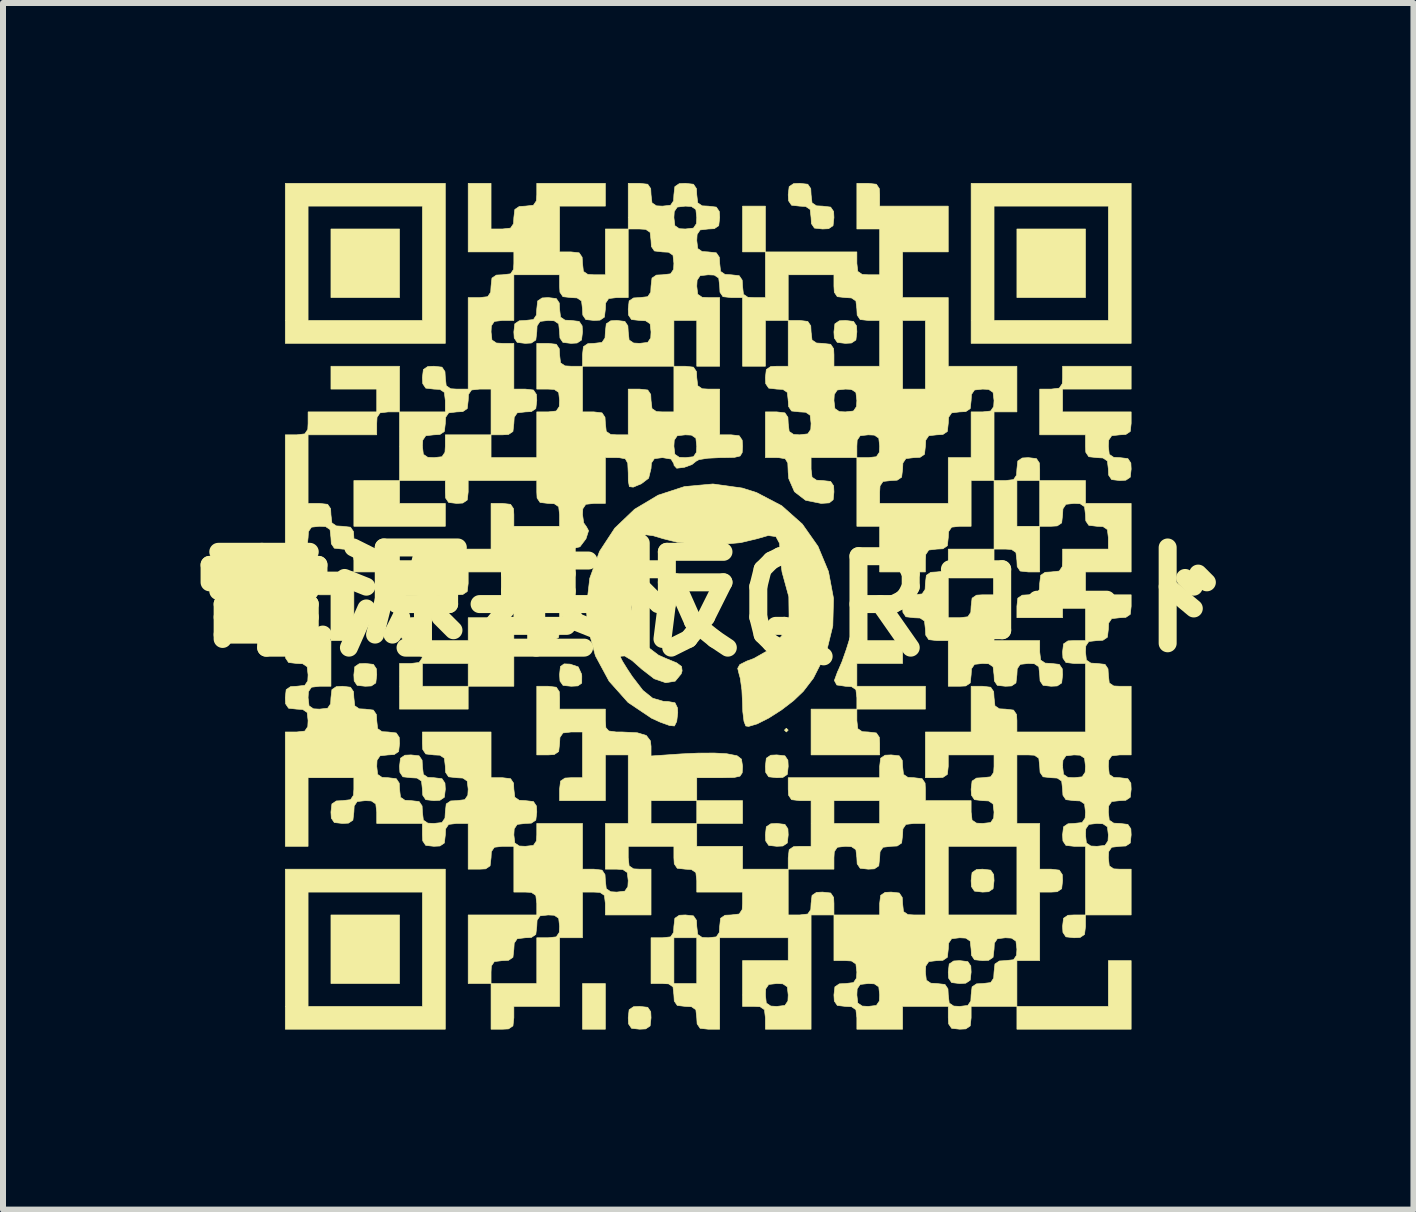
<source format=kicad_pcb>
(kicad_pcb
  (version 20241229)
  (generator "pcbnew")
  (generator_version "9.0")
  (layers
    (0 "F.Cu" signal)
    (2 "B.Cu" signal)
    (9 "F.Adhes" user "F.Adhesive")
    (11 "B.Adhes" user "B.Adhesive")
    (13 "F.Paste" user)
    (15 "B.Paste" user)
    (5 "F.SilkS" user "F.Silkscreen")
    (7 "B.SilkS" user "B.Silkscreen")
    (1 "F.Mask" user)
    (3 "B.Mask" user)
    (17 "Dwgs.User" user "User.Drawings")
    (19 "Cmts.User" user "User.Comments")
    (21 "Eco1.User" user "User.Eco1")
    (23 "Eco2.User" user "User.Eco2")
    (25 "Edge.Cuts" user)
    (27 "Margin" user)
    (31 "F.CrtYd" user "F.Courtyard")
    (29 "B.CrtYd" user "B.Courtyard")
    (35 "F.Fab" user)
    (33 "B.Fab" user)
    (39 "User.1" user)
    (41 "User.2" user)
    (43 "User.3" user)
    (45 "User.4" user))
  (footprint "電源基板QRコード"
    (layer "F.Cu")
    (at 8.752 7.053)
    (property "Reference" "電源基板QRコード" (at 0 0 0) (layer "F.SilkS") (effects (font (size 1.524 1.524) (thickness 0.3))))
    (attr through_hole)
    (fp_poly (pts (xy -5.144 -5.144) (xy -6.287 -5.144) (xy -6.287 -6.287) (xy -5.144 -6.287) (xy -5.144 -5.144)) (stroke (width 0.01) (type solid)) (fill yes) (layer "F.SilkS"))
    (fp_poly (pts (xy -5.144 6.287) (xy -6.287 6.287) (xy -6.287 5.144) (xy -5.144 5.144) (xy -5.144 6.287)) (stroke (width 0.01) (type solid)) (fill yes) (layer "F.SilkS"))
    (fp_poly (pts (xy -1.714 7.048) (xy -2.095 7.048) (xy -2.095 6.287) (xy -1.714 6.287) (xy -1.714 7.048)) (stroke (width 0.01) (type solid)) (fill yes) (layer "F.SilkS"))
    (fp_poly (pts (xy 0.572 3.619) (xy -0.191 3.619) (xy -0.191 3.239) (xy 0.572 3.239) (xy 0.572 3.619)) (stroke (width 0.01) (type solid)) (fill yes) (layer "F.SilkS"))
    (fp_poly (pts (xy 0.953 -5.905) (xy 0.572 -5.905) (xy 0.572 -6.668) (xy 0.953 -6.668) (xy 0.953 -5.905)) (stroke (width 0.01) (type solid)) (fill yes) (layer "F.SilkS"))
    (fp_poly (pts (xy 1.333 2.064) (xy 1.302 2.095) (xy 1.27 2.064) (xy 1.302 2.032) (xy 1.333 2.064)) (stroke (width 0.01) (type solid)) (fill yes) (layer "F.SilkS"))
    (fp_poly (pts (xy 6.287 -5.144) (xy 5.144 -5.144) (xy 5.144 -6.287) (xy 6.287 -6.287) (xy 6.287 -5.144)) (stroke (width 0.01) (type solid)) (fill yes) (layer "F.SilkS"))
    (fp_poly (pts (xy -5.144 -1.714) (xy -4.381 -1.714) (xy -4.381 -1.333) (xy -5.905 -1.333) (xy -5.905 -2.095) (xy -5.144 -2.095) (xy -5.144 -1.714)) (stroke (width 0.01) (type solid)) (fill yes) (layer "F.SilkS"))
    (fp_poly (pts (xy 7.048 7.048) (xy 5.144 7.048) (xy 5.144 6.668) (xy 6.668 6.668) (xy 6.668 5.905) (xy 7.048 5.905) (xy 7.048 7.048)) (stroke (width 0.01) (type solid)) (fill yes) (layer "F.SilkS"))
    (fp_poly (pts (xy -5.905 0.572) (xy -6.287 0.572) (xy -6.287 -0.191) (xy -6.477 -0.191) (xy -6.612 -0.206) (xy -6.662 -0.28) (xy -6.668 -0.381) (xy -6.668 -0.572) (xy -5.905 -0.572) (xy -5.905 0.572)) (stroke (width 0.01) (type solid)) (fill yes) (layer "F.SilkS"))
    (fp_poly (pts (xy -4.381 -4.381) (xy -7.048 -4.381) (xy -7.048 -6.668) (xy -6.668 -6.668) (xy -6.668 -4.763) (xy -4.763 -4.763) (xy -4.763 -6.668) (xy -6.668 -6.668) (xy -7.048 -6.668) (xy -7.048 -7.048) (xy -4.381 -7.048) (xy -4.381 -4.381)) (stroke (width 0.01) (type solid)) (fill yes) (layer "F.SilkS"))
    (fp_poly (pts (xy -4.381 7.048) (xy -7.048 7.048) (xy -7.048 4.763) (xy -6.668 4.763) (xy -6.668 6.668) (xy -4.763 6.668) (xy -4.763 4.763) (xy -6.668 4.763) (xy -7.048 4.763) (xy -7.048 4.381) (xy -4.381 4.381) (xy -4.381 7.048)) (stroke (width 0.01) (type solid)) (fill yes) (layer "F.SilkS"))
    (fp_poly (pts (xy -2.913 -0.175) (xy -2.863 -0.101) (xy -2.857 0) (xy -2.873 0.135) (xy -2.947 0.185) (xy -3.048 0.191) (xy -3.239 0.191) (xy -3.239 0) (xy -3.223 -0.135) (xy -3.149 -0.185) (xy -3.048 -0.191) (xy -2.913 -0.175)) (stroke (width 0.01) (type solid)) (fill yes) (layer "F.SilkS"))
    (fp_poly (pts (xy 2.477 1.905) (xy 2.492 2.04) (xy 2.566 2.09) (xy 2.667 2.095) (xy 2.802 2.111) (xy 2.852 2.185) (xy 2.857 2.286) (xy 2.857 2.477) (xy 1.714 2.477) (xy 1.714 1.714) (xy 2.477 1.714) (xy 2.477 1.905)) (stroke (width 0.01) (type solid)) (fill yes) (layer "F.SilkS"))
    (fp_poly (pts (xy 6.287 5.334) (xy 6.271 5.469) (xy 6.197 5.519) (xy 6.096 5.524) (xy 5.961 5.509) (xy 5.911 5.435) (xy 5.905 5.334) (xy 5.921 5.199) (xy 5.995 5.149) (xy 6.096 5.144) (xy 6.287 5.144) (xy 6.287 5.334)) (stroke (width 0.01) (type solid)) (fill yes) (layer "F.SilkS"))
    (fp_poly (pts (xy 7.048 -4.381) (xy 4.381 -4.381) (xy 4.381 -6.668) (xy 4.763 -6.668) (xy 4.763 -4.763) (xy 6.668 -4.763) (xy 6.668 -6.668) (xy 4.763 -6.668) (xy 4.381 -6.668) (xy 4.381 -7.048) (xy 7.048 -7.048) (xy 7.048 -4.381)) (stroke (width 0.01) (type solid)) (fill yes) (layer "F.SilkS"))
    (fp_poly (pts (xy -5.58 0.968) (xy -5.53 1.042) (xy -5.524 1.143) (xy -5.54 1.278) (xy -5.614 1.328) (xy -5.715 1.333) (xy -5.85 1.318) (xy -5.9 1.244) (xy -5.905 1.143) (xy -5.89 1.008) (xy -5.816 0.958) (xy -5.715 0.953) (xy -5.58 0.968)) (stroke (width 0.01) (type solid)) (fill yes) (layer "F.SilkS"))
    (fp_poly (pts (xy -2.302 0.964) (xy -2.166 1.01) (xy -2.111 1.13) (xy -2.107 1.159) (xy -2.108 1.281) (xy -2.173 1.327) (xy -2.282 1.333) (xy -2.419 1.319) (xy -2.47 1.247) (xy -2.477 1.139) (xy -2.463 1.004) (xy -2.401 0.96) (xy -2.302 0.964)) (stroke (width 0.01) (type solid)) (fill yes) (layer "F.SilkS"))
    (fp_poly (pts (xy -1.008 6.683) (xy -0.958 6.757) (xy -0.953 6.858) (xy -0.968 6.993) (xy -1.042 7.043) (xy -1.143 7.048) (xy -1.278 7.033) (xy -1.328 6.959) (xy -1.333 6.858) (xy -1.318 6.723) (xy -1.244 6.673) (xy -1.143 6.668) (xy -1.008 6.683)) (stroke (width 0.01) (type solid)) (fill yes) (layer "F.SilkS"))
    (fp_poly (pts (xy 1.278 2.492) (xy 1.328 2.566) (xy 1.333 2.667) (xy 1.318 2.802) (xy 1.244 2.852) (xy 1.143 2.857) (xy 1.008 2.842) (xy 0.958 2.768) (xy 0.953 2.667) (xy 0.968 2.532) (xy 1.042 2.482) (xy 1.143 2.477) (xy 1.278 2.492)) (stroke (width 0.01) (type solid)) (fill yes) (layer "F.SilkS"))
    (fp_poly (pts (xy 1.278 3.635) (xy 1.328 3.709) (xy 1.333 3.81) (xy 1.318 3.945) (xy 1.244 3.995) (xy 1.143 4) (xy 1.008 3.985) (xy 0.958 3.911) (xy 0.953 3.81) (xy 0.968 3.675) (xy 1.042 3.625) (xy 1.143 3.619) (xy 1.278 3.635)) (stroke (width 0.01) (type solid)) (fill yes) (layer "F.SilkS"))
    (fp_poly (pts (xy 2.421 -4.747) (xy 2.471 -4.673) (xy 2.477 -4.572) (xy 2.461 -4.437) (xy 2.387 -4.387) (xy 2.286 -4.381) (xy 2.151 -4.397) (xy 2.101 -4.471) (xy 2.095 -4.572) (xy 2.111 -4.707) (xy 2.185 -4.757) (xy 2.286 -4.763) (xy 2.421 -4.747)) (stroke (width 0.01) (type solid)) (fill yes) (layer "F.SilkS"))
    (fp_poly (pts (xy 4.326 5.921) (xy 4.376 5.995) (xy 4.381 6.096) (xy 4.366 6.231) (xy 4.292 6.281) (xy 4.191 6.287) (xy 4.056 6.271) (xy 4.006 6.197) (xy 4 6.096) (xy 4.016 5.961) (xy 4.09 5.911) (xy 4.191 5.905) (xy 4.326 5.921)) (stroke (width 0.01) (type solid)) (fill yes) (layer "F.SilkS"))
    (fp_poly (pts (xy 4.707 4.397) (xy 4.757 4.471) (xy 4.763 4.572) (xy 4.747 4.707) (xy 4.673 4.757) (xy 4.572 4.763) (xy 4.437 4.747) (xy 4.387 4.673) (xy 4.381 4.572) (xy 4.397 4.437) (xy 4.471 4.387) (xy 4.572 4.381) (xy 4.707 4.397)) (stroke (width 0.01) (type solid)) (fill yes) (layer "F.SilkS"))
    (fp_poly (pts (xy 2.467 0.287) (xy 2.472 0.365) (xy 2.477 0.572) (xy 3.239 0.572) (xy 3.239 0.953) (xy 2.477 0.953) (xy 2.477 1.333) (xy 3.619 1.333) (xy 3.619 1.714) (xy 2.477 1.714) (xy 2.477 1.524) (xy 2.461 1.389) (xy 2.387 1.339) (xy 2.286 1.333) (xy 2.143 1.312) (xy 2.102 1.237) (xy 2.156 1.089) (xy 2.171 1.059) (xy 2.229 0.924) (xy 2.302 0.717) (xy 2.357 0.54) (xy 2.416 0.346) (xy 2.451 0.265) (xy 2.467 0.287)) (stroke (width 0.01) (type solid)) (fill yes) (layer "F.SilkS"))
    (fp_poly (pts (xy -4.818 2.492) (xy -4.768 2.566) (xy -4.763 2.667) (xy -4.747 2.802) (xy -4.673 2.852) (xy -4.572 2.857) (xy -4.437 2.873) (xy -4.387 2.947) (xy -4.381 3.048) (xy -4.397 3.183) (xy -4.471 3.233) (xy -4.572 3.239) (xy -4.707 3.223) (xy -4.757 3.149) (xy -4.763 3.048) (xy -4.778 2.913) (xy -4.852 2.863) (xy -4.953 2.857) (xy -5.088 2.842) (xy -5.138 2.768) (xy -5.144 2.667) (xy -5.128 2.532) (xy -5.054 2.482) (xy -4.953 2.477) (xy -4.818 2.492)) (stroke (width 0.01) (type solid)) (fill yes) (layer "F.SilkS"))
    (fp_poly (pts (xy 1.659 -7.033) (xy 1.709 -6.959) (xy 1.714 -6.858) (xy 1.73 -6.723) (xy 1.804 -6.673) (xy 1.905 -6.668) (xy 2.04 -6.652) (xy 2.09 -6.578) (xy 2.095 -6.477) (xy 2.08 -6.342) (xy 2.006 -6.292) (xy 1.905 -6.287) (xy 1.77 -6.302) (xy 1.72 -6.376) (xy 1.714 -6.477) (xy 1.699 -6.612) (xy 1.625 -6.662) (xy 1.524 -6.668) (xy 1.389 -6.683) (xy 1.339 -6.757) (xy 1.333 -6.858) (xy 1.349 -6.993) (xy 1.423 -7.043) (xy 1.524 -7.048) (xy 1.659 -7.033)) (stroke (width 0.01) (type solid)) (fill yes) (layer "F.SilkS"))
    (fp_poly (pts (xy -2.532 -5.128) (xy -2.482 -5.054) (xy -2.477 -4.953) (xy -2.461 -4.818) (xy -2.387 -4.768) (xy -2.286 -4.763) (xy -2.151 -4.747) (xy -2.101 -4.673) (xy -2.095 -4.572) (xy -2.111 -4.437) (xy -2.185 -4.387) (xy -2.286 -4.381) (xy -2.421 -4.397) (xy -2.471 -4.471) (xy -2.477 -4.572) (xy -2.492 -4.707) (xy -2.566 -4.757) (xy -2.667 -4.763) (xy -2.802 -4.747) (xy -2.852 -4.673) (xy -2.857 -4.572) (xy -2.873 -4.437) (xy -2.947 -4.387) (xy -3.048 -4.381) (xy -3.183 -4.397) (xy -3.233 -4.471) (xy -3.239 -4.572) (xy -3.223 -4.707) (xy -3.149 -4.757) (xy -3.048 -4.763) (xy -2.913 -4.778) (xy -2.863 -4.852) (xy -2.857 -4.953) (xy -2.842 -5.088) (xy -2.768 -5.138) (xy -2.667 -5.144) (xy -2.532 -5.128)) (stroke (width 0.01) (type solid)) (fill yes) (layer "F.SilkS"))
    (fp_poly (pts (xy 7.048 -3.619) (xy 5.905 -3.619) (xy 5.905 -3.239) (xy 7.048 -3.239) (xy 7.048 -3.048) (xy 7.033 -2.913) (xy 6.959 -2.863) (xy 6.858 -2.857) (xy 6.723 -2.842) (xy 6.673 -2.768) (xy 6.668 -2.667) (xy 6.683 -2.532) (xy 6.757 -2.482) (xy 6.858 -2.477) (xy 6.993 -2.461) (xy 7.043 -2.387) (xy 7.048 -2.286) (xy 7.033 -2.151) (xy 6.959 -2.101) (xy 6.858 -2.095) (xy 6.723 -2.111) (xy 6.673 -2.185) (xy 6.668 -2.286) (xy 6.652 -2.421) (xy 6.578 -2.471) (xy 6.477 -2.477) (xy 6.342 -2.492) (xy 6.292 -2.566) (xy 6.287 -2.667) (xy 6.287 -2.857) (xy 5.524 -2.857) (xy 5.524 -3.619) (xy 5.715 -3.619) (xy 5.85 -3.635) (xy 5.9 -3.709) (xy 5.905 -3.81) (xy 5.905 -4) (xy 7.048 -4) (xy 7.048 -3.619)) (stroke (width 0.01) (type solid)) (fill yes) (layer "F.SilkS"))
    (fp_poly (pts (xy -5.144 -3.239) (xy -5.334 -3.239) (xy -5.469 -3.223) (xy -5.519 -3.149) (xy -5.524 -3.048) (xy -5.524 -2.857) (xy -6.668 -2.857) (xy -6.668 -1.714) (xy -6.477 -1.714) (xy -6.342 -1.699) (xy -6.292 -1.625) (xy -6.287 -1.524) (xy -6.271 -1.389) (xy -6.197 -1.339) (xy -6.096 -1.333) (xy -5.961 -1.318) (xy -5.911 -1.244) (xy -5.905 -1.143) (xy -5.905 -0.953) (xy -5.144 -0.953) (xy -5.144 -0.572) (xy -5.905 -0.572) (xy -5.905 -0.762) (xy -5.921 -0.897) (xy -5.995 -0.947) (xy -6.096 -0.953) (xy -6.231 -0.968) (xy -6.281 -1.042) (xy -6.287 -1.143) (xy -6.302 -1.278) (xy -6.376 -1.328) (xy -6.477 -1.333) (xy -6.612 -1.318) (xy -6.662 -1.244) (xy -6.668 -1.143) (xy -6.683 -1.008) (xy -6.757 -0.958) (xy -6.858 -0.953) (xy -7.048 -0.953) (xy -7.048 -2.857) (xy -6.858 -2.857) (xy -6.723 -2.873) (xy -6.673 -2.947) (xy -6.668 -3.048) (xy -6.668 -3.239) (xy -5.524 -3.239) (xy -5.524 -3.619) (xy -6.287 -3.619) (xy -6.287 -4) (xy -5.144 -4) (xy -5.144 -3.239)) (stroke (width 0.01) (type solid)) (fill yes) (layer "F.SilkS"))
    (fp_poly (pts (xy -4.818 -0.556) (xy -4.768 -0.482) (xy -4.763 -0.381) (xy -4.747 -0.246) (xy -4.673 -0.196) (xy -4.572 -0.191) (xy -4.437 -0.175) (xy -4.387 -0.101) (xy -4.381 0) (xy -4.397 0.135) (xy -4.471 0.185) (xy -4.572 0.191) (xy -4.707 0.206) (xy -4.757 0.28) (xy -4.763 0.381) (xy -4.763 0.572) (xy -4 0.572) (xy -4 0.191) (xy -3.239 0.191) (xy -3.239 1.333) (xy -4 1.333) (xy -4 1.714) (xy -5.144 1.714) (xy -5.144 0.953) (xy -4.953 0.953) (xy -4.763 0.953) (xy -4.763 1.333) (xy -4 1.333) (xy -4 0.953) (xy -4.763 0.953) (xy -4.953 0.953) (xy -4.818 0.937) (xy -4.768 0.863) (xy -4.763 0.762) (xy -4.778 0.627) (xy -4.852 0.577) (xy -4.953 0.572) (xy -5.088 0.556) (xy -5.138 0.482) (xy -5.144 0.381) (xy -5.128 0.246) (xy -5.054 0.196) (xy -4.953 0.191) (xy -4.818 0.175) (xy -4.768 0.101) (xy -4.763 0) (xy -4.778 -0.135) (xy -4.852 -0.185) (xy -4.953 -0.191) (xy -5.088 -0.206) (xy -5.138 -0.28) (xy -5.144 -0.381) (xy -5.128 -0.516) (xy -5.054 -0.566) (xy -4.953 -0.572) (xy -4.818 -0.556)) (stroke (width 0.01) (type solid)) (fill yes) (layer "F.SilkS"))
    (fp_poly (pts (xy 6.287 -2.095) (xy 6.287 -1.714) (xy 7.048 -1.714) (xy 7.048 -0.572) (xy 6.287 -0.572) (xy 6.287 -0.191) (xy 6.096 -0.191) (xy 5.961 -0.175) (xy 5.911 -0.101) (xy 5.905 0) (xy 5.905 0.191) (xy 5.144 0.191) (xy 5.144 0) (xy 5.159 -0.135) (xy 5.233 -0.185) (xy 5.334 -0.191) (xy 5.469 -0.206) (xy 5.519 -0.28) (xy 5.524 -0.381) (xy 5.54 -0.516) (xy 5.614 -0.566) (xy 5.715 -0.572) (xy 5.85 -0.587) (xy 5.9 -0.661) (xy 5.905 -0.762) (xy 5.905 -0.953) (xy 6.668 -0.953) (xy 6.668 -1.143) (xy 6.652 -1.278) (xy 6.578 -1.328) (xy 6.477 -1.333) (xy 6.342 -1.349) (xy 6.292 -1.423) (xy 6.287 -1.524) (xy 6.271 -1.659) (xy 6.197 -1.709) (xy 6.096 -1.714) (xy 5.961 -1.699) (xy 5.911 -1.625) (xy 5.905 -1.524) (xy 5.89 -1.389) (xy 5.816 -1.339) (xy 5.715 -1.333) (xy 5.524 -1.333) (xy 5.524 -0.572) (xy 5.334 -0.572) (xy 5.199 -0.587) (xy 5.149 -0.661) (xy 5.144 -0.762) (xy 5.128 -0.897) (xy 5.054 -0.947) (xy 4.953 -0.953) (xy 4.763 -0.953) (xy 4.763 -2.095) (xy 4.953 -2.095) (xy 5.144 -2.095) (xy 5.144 -1.333) (xy 5.524 -1.333) (xy 5.524 -2.095) (xy 5.144 -2.095) (xy 4.953 -2.095) (xy 5.088 -2.111) (xy 5.138 -2.185) (xy 5.144 -2.286) (xy 5.159 -2.421) (xy 5.233 -2.471) (xy 5.334 -2.477) (xy 5.469 -2.461) (xy 5.519 -2.387) (xy 5.524 -2.286) (xy 5.524 -2.095) (xy 6.287 -2.095)) (stroke (width 0.01) (type solid)) (fill yes) (layer "F.SilkS"))
    (fp_poly (pts (xy 4.763 -0.572) (xy 4 -0.572) (xy 4 0.191) (xy 4.191 0.191) (xy 4.326 0.175) (xy 4.376 0.101) (xy 4.381 0) (xy 4.397 -0.135) (xy 4.471 -0.185) (xy 4.572 -0.191) (xy 4.763 -0.191) (xy 4.763 0.572) (xy 5.524 0.572) (xy 5.524 0.762) (xy 5.54 0.897) (xy 5.614 0.947) (xy 5.715 0.953) (xy 5.85 0.968) (xy 5.9 1.042) (xy 5.905 1.143) (xy 5.89 1.278) (xy 5.816 1.328) (xy 5.715 1.333) (xy 5.58 1.318) (xy 5.53 1.244) (xy 5.524 1.143) (xy 5.509 1.008) (xy 5.435 0.958) (xy 5.334 0.953) (xy 5.199 0.968) (xy 5.149 1.042) (xy 5.144 1.143) (xy 5.128 1.278) (xy 5.054 1.328) (xy 4.953 1.333) (xy 4.818 1.318) (xy 4.768 1.244) (xy 4.763 1.143) (xy 4.747 1.008) (xy 4.673 0.958) (xy 4.572 0.953) (xy 4.437 0.968) (xy 4.387 1.042) (xy 4.381 1.143) (xy 4.366 1.278) (xy 4.292 1.328) (xy 4.191 1.333) (xy 4 1.333) (xy 4 0.572) (xy 3.81 0.572) (xy 3.675 0.556) (xy 3.625 0.482) (xy 3.619 0.381) (xy 3.604 0.246) (xy 3.53 0.196) (xy 3.429 0.191) (xy 3.294 0.175) (xy 3.244 0.101) (xy 3.239 0) (xy 3.254 -0.135) (xy 3.328 -0.185) (xy 3.429 -0.191) (xy 3.564 -0.206) (xy 3.614 -0.28) (xy 3.619 -0.381) (xy 3.635 -0.516) (xy 3.709 -0.566) (xy 3.81 -0.572) (xy 3.945 -0.587) (xy 3.995 -0.661) (xy 4 -0.762) (xy 4 -0.953) (xy 4.763 -0.953) (xy 4.763 -0.572)) (stroke (width 0.01) (type solid)) (fill yes) (layer "F.SilkS"))
    (fp_poly (pts (xy 0.568 -1.97) (xy 0.805 -1.895) (xy 1.225 -1.675) (xy 1.568 -1.37) (xy 1.829 -0.999) (xy 2.004 -0.579) (xy 2.088 -0.131) (xy 2.076 0.327) (xy 1.966 0.777) (xy 1.752 1.199) (xy 1.585 1.417) (xy 1.422 1.573) (xy 1.22 1.728) (xy 1.008 1.863) (xy 0.816 1.96) (xy 0.674 2.002) (xy 0.626 1.995) (xy 0.596 1.917) (xy 0.576 1.755) (xy 0.572 1.62) (xy 0.561 1.395) (xy 0.534 1.2) (xy 0.514 1.128) (xy 0.491 1.035) (xy 0.526 0.972) (xy 0.644 0.913) (xy 0.761 0.87) (xy 1.046 0.708) (xy 1.244 0.467) (xy 1.347 0.17) (xy 1.343 -0.159) (xy 1.291 -0.349) (xy 1.23 -0.571) (xy 1.202 -0.791) (xy 1.201 -0.826) (xy 1.189 -1.048) (xy 1.128 -1.161) (xy 1 -1.179) (xy 0.815 -1.126) (xy 0.539 -1.06) (xy 0.192 -1.029) (xy -0.177 -1.031) (xy -0.517 -1.067) (xy -0.748 -1.125) (xy -0.918 -1.176) (xy -1.036 -1.191) (xy -1.06 -1.183) (xy -1.089 -1.1) (xy -1.112 -0.938) (xy -1.117 -0.862) (xy -1.145 -0.652) (xy -1.193 -0.475) (xy -1.21 -0.439) (xy -1.254 -0.29) (xy -1.278 -0.08) (xy -1.279 0.018) (xy -1.225 0.364) (xy -1.076 0.627) (xy -0.828 0.815) (xy -0.704 0.87) (xy -0.526 0.943) (xy -0.444 1.004) (xy -0.435 1.077) (xy -0.451 1.127) (xy -0.55 1.248) (xy -0.708 1.274) (xy -0.9 1.208) (xy -1.103 1.051) (xy -1.107 1.048) (xy -1.269 0.904) (xy -1.392 0.828) (xy -1.456 0.832) (xy -1.46 0.854) (xy -1.428 0.918) (xy -1.344 1.053) (xy -1.265 1.172) (xy -1.089 1.401) (xy -0.926 1.532) (xy -0.747 1.584) (xy -0.671 1.587) (xy -0.554 1.608) (xy -0.512 1.694) (xy -0.508 1.774) (xy -0.525 1.919) (xy -0.563 1.995) (xy -0.645 1.987) (xy -0.8 1.931) (xy -0.943 1.866) (xy -1.336 1.602) (xy -1.652 1.248) (xy -1.88 0.825) (xy -2.008 0.352) (xy -2.032 0.032) (xy -1.974 -0.467) (xy -1.811 -0.915) (xy -1.557 -1.302) (xy -1.227 -1.617) (xy -0.835 -1.851) (xy -0.395 -1.995) (xy 0.078 -2.038) (xy 0.568 -1.97)) (stroke (width 0.01) (type solid)) (fill yes) (layer "F.SilkS"))
    (fp_poly (pts (xy -0.381 -4) (xy -0.246 -3.985) (xy -0.196 -3.911) (xy -0.191 -3.81) (xy -0.175 -3.675) (xy -0.101 -3.625) (xy 0 -3.619) (xy 0.191 -3.619) (xy 0.191 -2.857) (xy 0.381 -2.857) (xy 0.516 -2.842) (xy 0.566 -2.768) (xy 0.572 -2.667) (xy 0.566 -2.561) (xy 0.531 -2.504) (xy 0.435 -2.481) (xy 0.248 -2.477) (xy 0.196 -2.477) (xy -0.008 -2.467) (xy -0.153 -2.444) (xy -0.201 -2.418) (xy -0.272 -2.361) (xy -0.397 -2.316) (xy -0.525 -2.3) (xy -0.57 -2.349) (xy -0.572 -2.374) (xy -0.619 -2.453) (xy -0.762 -2.477) (xy -0.897 -2.46) (xy -0.947 -2.387) (xy -0.953 -2.296) (xy -0.993 -2.134) (xy -1.114 -2.042) (xy -1.25 -1.985) (xy -1.314 -1.994) (xy -1.332 -2.092) (xy -1.333 -2.223) (xy -1.341 -2.385) (xy -1.382 -2.458) (xy -1.483 -2.476) (xy -1.524 -2.477) (xy -1.714 -2.477) (xy -1.714 -1.714) (xy -1.905 -1.714) (xy -2.04 -1.699) (xy -2.09 -1.625) (xy -2.095 -1.529) (xy -2.075 -1.389) (xy -2.027 -1.321) (xy -1.994 -1.259) (xy -2.037 -1.125) (xy -2.138 -0.991) (xy -2.294 -0.953) (xy -2.296 -0.953) (xy -2.424 -0.936) (xy -2.471 -0.858) (xy -2.477 -0.762) (xy -2.449 -0.613) (xy -2.386 -0.572) (xy -2.336 -0.546) (xy -2.317 -0.452) (xy -2.326 -0.265) (xy -2.332 -0.206) (xy -2.36 -0.006) (xy -2.396 0.135) (xy -2.423 0.18) (xy -2.461 0.252) (xy -2.477 0.386) (xy -2.493 0.518) (xy -2.569 0.566) (xy -2.667 0.572) (xy -2.802 0.556) (xy -2.852 0.482) (xy -2.857 0.381) (xy -2.842 0.246) (xy -2.768 0.196) (xy -2.667 0.191) (xy -2.477 0.191) (xy -2.477 -0.572) (xy -4 -0.572) (xy -4 -0.381) (xy -4.016 -0.246) (xy -4.09 -0.196) (xy -4.191 -0.191) (xy -4.326 -0.206) (xy -4.376 -0.28) (xy -4.381 -0.381) (xy -4.397 -0.516) (xy -4.471 -0.566) (xy -4.572 -0.572) (xy -4.707 -0.587) (xy -4.757 -0.661) (xy -4.763 -0.762) (xy -4.763 -0.953) (xy -3.619 -0.953) (xy -3.619 -1.714) (xy -3.429 -1.714) (xy -3.294 -1.699) (xy -3.244 -1.625) (xy -3.239 -1.524) (xy -3.239 -1.333) (xy -2.477 -1.333) (xy -2.477 -1.524) (xy -2.492 -1.659) (xy -2.566 -1.709) (xy -2.667 -1.714) (xy -2.802 -1.73) (xy -2.852 -1.804) (xy -2.857 -1.905) (xy -2.857 -2.095) (xy -4 -2.095) (xy -4 -1.905) (xy -4.016 -1.77) (xy -4.09 -1.72) (xy -4.191 -1.714) (xy -4.326 -1.73) (xy -4.376 -1.804) (xy -4.381 -1.905) (xy -4.381 -2.095) (xy -5.144 -2.095) (xy -5.144 -2.667) (xy -4.763 -2.667) (xy -4.747 -2.532) (xy -4.673 -2.482) (xy -4.572 -2.477) (xy -4.437 -2.492) (xy -4.387 -2.566) (xy -4.381 -2.667) (xy -4.381 -2.857) (xy -3.619 -2.857) (xy -3.619 -3.619) (xy -3.81 -3.619) (xy -3.945 -3.604) (xy -3.995 -3.53) (xy -4 -3.429) (xy -4.016 -3.294) (xy -4.09 -3.244) (xy -4.191 -3.239) (xy -4.326 -3.223) (xy -4.376 -3.149) (xy -4.381 -3.048) (xy -4.397 -2.913) (xy -4.471 -2.863) (xy -4.572 -2.857) (xy -4.707 -2.842) (xy -4.757 -2.768) (xy -4.763 -2.667) (xy -5.144 -2.667) (xy -5.144 -3.239) (xy -4.381 -3.239) (xy -4.381 -3.429) (xy -4.397 -3.564) (xy -4.471 -3.614) (xy -4.572 -3.619) (xy -4.707 -3.635) (xy -4.757 -3.709) (xy -4.763 -3.81) (xy -4.747 -3.945) (xy -4.673 -3.995) (xy -4.572 -4) (xy -4.437 -3.985) (xy -4.387 -3.911) (xy -4.381 -3.81) (xy -4.366 -3.675) (xy -4.292 -3.625) (xy -4.191 -3.619) (xy -4 -3.619) (xy -4 -4.572) (xy -3.619 -4.572) (xy -3.604 -4.437) (xy -3.53 -4.387) (xy -3.429 -4.381) (xy -3.239 -4.381) (xy -3.239 -3.619) (xy -3.048 -3.619) (xy -2.913 -3.604) (xy -2.863 -3.53) (xy -2.857 -3.429) (xy -2.873 -3.294) (xy -2.947 -3.244) (xy -3.048 -3.239) (xy -3.183 -3.223) (xy -3.233 -3.149) (xy -3.239 -3.048) (xy -3.254 -2.913) (xy -3.328 -2.863) (xy -3.429 -2.857) (xy -3.619 -2.857) (xy -3.619 -2.477) (xy -2.857 -2.477) (xy -2.857 -2.667) (xy -0.572 -2.667) (xy -0.556 -2.532) (xy -0.482 -2.482) (xy -0.381 -2.477) (xy -0.246 -2.492) (xy -0.196 -2.566) (xy -0.191 -2.667) (xy -0.206 -2.802) (xy -0.28 -2.852) (xy -0.381 -2.857) (xy -0.516 -2.842) (xy -0.566 -2.768) (xy -0.572 -2.667) (xy -2.857 -2.667) (xy -2.857 -3.239) (xy -2.667 -3.239) (xy -2.532 -3.254) (xy -2.482 -3.328) (xy -2.477 -3.429) (xy -2.492 -3.564) (xy -2.566 -3.614) (xy -2.667 -3.619) (xy -2.857 -3.619) (xy -2.857 -4.381) (xy -2.667 -4.381) (xy -2.532 -4.366) (xy -2.482 -4.292) (xy -2.477 -4.191) (xy -2.461 -4.056) (xy -2.387 -4.006) (xy -2.286 -4) (xy -2.095 -4) (xy -2.095 -3.239) (xy -1.905 -3.239) (xy -1.77 -3.223) (xy -1.72 -3.149) (xy -1.714 -3.048) (xy -1.699 -2.913) (xy -1.625 -2.863) (xy -1.524 -2.857) (xy -1.333 -2.857) (xy -1.333 -3.619) (xy -1.143 -3.619) (xy -1.008 -3.604) (xy -0.958 -3.53) (xy -0.953 -3.429) (xy -0.937 -3.294) (xy -0.863 -3.244) (xy -0.762 -3.239) (xy -0.572 -3.239) (xy -0.572 -4) (xy -2.095 -4) (xy -2.095 -4.191) (xy -2.08 -4.326) (xy -2.006 -4.376) (xy -1.905 -4.381) (xy -1.77 -4.397) (xy -1.72 -4.471) (xy -1.714 -4.572) (xy -1.699 -4.707) (xy -1.625 -4.757) (xy -1.524 -4.763) (xy -1.389 -4.747) (xy -1.339 -4.673) (xy -1.333 -4.572) (xy -1.318 -4.437) (xy -1.244 -4.387) (xy -1.143 -4.381) (xy -1.008 -4.397) (xy -0.958 -4.471) (xy -0.953 -4.572) (xy -0.968 -4.707) (xy -1.042 -4.757) (xy -1.143 -4.763) (xy -1.278 -4.778) (xy -1.328 -4.852) (xy -1.333 -4.953) (xy -1.318 -5.088) (xy -1.244 -5.138) (xy -1.143 -5.144) (xy -1.008 -5.159) (xy -0.958 -5.233) (xy -0.953 -5.334) (xy -0.937 -5.469) (xy -0.863 -5.519) (xy -0.762 -5.524) (xy -0.627 -5.54) (xy -0.577 -5.614) (xy -0.572 -5.715) (xy -0.587 -5.85) (xy -0.661 -5.9) (xy -0.762 -5.905) (xy -0.897 -5.921) (xy -0.947 -5.995) (xy -0.953 -6.096) (xy -0.968 -6.231) (xy -1.042 -6.281) (xy -1.143 -6.287) (xy -1.333 -6.287) (xy -1.333 -5.144) (xy -1.524 -5.144) (xy -1.659 -5.128) (xy -1.709 -5.054) (xy -1.714 -4.953) (xy -1.73 -4.818) (xy -1.804 -4.768) (xy -1.905 -4.763) (xy -2.04 -4.778) (xy -2.09 -4.852) (xy -2.095 -4.953) (xy -2.111 -5.088) (xy -2.185 -5.138) (xy -2.286 -5.144) (xy -2.421 -5.159) (xy -2.471 -5.233) (xy -2.477 -5.334) (xy -2.477 -5.524) (xy -3.239 -5.524) (xy -3.239 -4.763) (xy -3.429 -4.763) (xy -3.564 -4.747) (xy -3.614 -4.673) (xy -3.619 -4.572) (xy -4 -4.572) (xy -4 -5.144) (xy -3.81 -5.144) (xy -3.675 -5.159) (xy -3.625 -5.233) (xy -3.619 -5.334) (xy -3.604 -5.469) (xy -3.53 -5.519) (xy -3.429 -5.524) (xy -3.294 -5.54) (xy -3.244 -5.614) (xy -3.239 -5.715) (xy -3.239 -5.905) (xy -4 -5.905) (xy -4 -7.048) (xy -3.619 -7.048) (xy -3.619 -6.287) (xy -3.429 -6.287) (xy -3.294 -6.302) (xy -3.244 -6.376) (xy -3.239 -6.477) (xy -3.223 -6.612) (xy -3.149 -6.662) (xy -3.048 -6.668) (xy -2.913 -6.683) (xy -2.863 -6.757) (xy -2.857 -6.858) (xy -2.857 -7.048) (xy -1.714 -7.048) (xy -1.714 -6.668) (xy -2.477 -6.668) (xy -2.477 -5.905) (xy -2.286 -5.905) (xy -2.151 -5.89) (xy -2.101 -5.816) (xy -2.095 -5.715) (xy -2.08 -5.58) (xy -2.006 -5.53) (xy -1.905 -5.524) (xy -1.714 -5.524) (xy -1.714 -6.287) (xy -1.333 -6.287) (xy -1.333 -6.477) (xy -0.572 -6.477) (xy -0.556 -6.342) (xy -0.482 -6.292) (xy -0.381 -6.287) (xy -0.246 -6.302) (xy -0.196 -6.376) (xy -0.191 -6.477) (xy -0.206 -6.612) (xy -0.28 -6.662) (xy -0.381 -6.668) (xy -0.516 -6.652) (xy -0.566 -6.578) (xy -0.572 -6.477) (xy -1.333 -6.477) (xy -1.333 -7.048) (xy -1.143 -7.048) (xy -1.008 -7.033) (xy -0.958 -6.959) (xy -0.953 -6.858) (xy -0.937 -6.723) (xy -0.863 -6.673) (xy -0.762 -6.668) (xy -0.627 -6.683) (xy -0.577 -6.757) (xy -0.572 -6.858) (xy -0.556 -6.993) (xy -0.482 -7.043) (xy -0.381 -7.048) (xy -0.246 -7.033) (xy -0.196 -6.959) (xy -0.191 -6.858) (xy -0.175 -6.723) (xy -0.101 -6.673) (xy 0 -6.668) (xy 0.135 -6.652) (xy 0.185 -6.578) (xy 0.191 -6.477) (xy 0.175 -6.342) (xy 0.101 -6.292) (xy 0 -6.287) (xy -0.135 -6.271) (xy -0.185 -6.197) (xy -0.191 -6.096) (xy -0.175 -5.961) (xy -0.101 -5.911) (xy 0 -5.905) (xy 0.135 -5.89) (xy 0.185 -5.816) (xy 0.191 -5.715) (xy 0.206 -5.58) (xy 0.28 -5.53) (xy 0.381 -5.524) (xy 0.516 -5.509) (xy 0.566 -5.435) (xy 0.572 -5.334) (xy 0.587 -5.199) (xy 0.661 -5.149) (xy 0.762 -5.144) (xy 0.953 -5.144) (xy 0.953 -5.524) (xy 1.333 -5.524) (xy 1.333 -4.763) (xy 1.524 -4.763) (xy 1.659 -4.747) (xy 1.709 -4.673) (xy 1.714 -4.572) (xy 1.73 -4.437) (xy 1.804 -4.387) (xy 1.905 -4.381) (xy 2.04 -4.366) (xy 2.09 -4.292) (xy 2.095 -4.191) (xy 2.095 -4) (xy 2.857 -4) (xy 2.857 -4.763) (xy 3.239 -4.763) (xy 3.239 -3.619) (xy 3.619 -3.619) (xy 3.619 -4.763) (xy 3.239 -4.763) (xy 2.857 -4.763) (xy 2.667 -4.763) (xy 2.532 -4.778) (xy 2.482 -4.852) (xy 2.477 -4.953) (xy 2.461 -5.088) (xy 2.387 -5.138) (xy 2.286 -5.144) (xy 2.151 -5.159) (xy 2.101 -5.233) (xy 2.095 -5.334) (xy 2.095 -5.524) (xy 1.333 -5.524) (xy 0.953 -5.524) (xy 0.953 -5.905) (xy 2.477 -5.905) (xy 2.477 -5.715) (xy 2.492 -5.58) (xy 2.566 -5.53) (xy 2.667 -5.524) (xy 2.857 -5.524) (xy 2.857 -6.287) (xy 2.477 -6.287) (xy 2.477 -7.048) (xy 2.667 -7.048) (xy 2.802 -7.033) (xy 2.852 -6.959) (xy 2.857 -6.858) (xy 2.857 -6.668) (xy 4 -6.668) (xy 4 -5.905) (xy 3.239 -5.905) (xy 3.239 -5.144) (xy 4 -5.144) (xy 4 -4) (xy 5.144 -4) (xy 5.144 -3.239) (xy 4.763 -3.239) (xy 4.763 -2.095) (xy 4.381 -2.095) (xy 4.381 -1.333) (xy 4.191 -1.333) (xy 4.056 -1.318) (xy 4.006 -1.244) (xy 4 -1.143) (xy 3.985 -1.008) (xy 3.911 -0.958) (xy 3.81 -0.953) (xy 3.675 -0.937) (xy 3.625 -0.863) (xy 3.619 -0.762) (xy 3.619 -0.572) (xy 2.857 -0.572) (xy 2.857 -1.333) (xy 2.477 -1.333) (xy 2.477 -1.905) (xy 2.857 -1.905) (xy 2.857 -1.714) (xy 4 -1.714) (xy 4 -2.477) (xy 4.381 -2.477) (xy 4.381 -3.239) (xy 4.572 -3.239) (xy 4.707 -3.254) (xy 4.757 -3.328) (xy 4.763 -3.429) (xy 4.747 -3.564) (xy 4.673 -3.614) (xy 4.572 -3.619) (xy 4.437 -3.604) (xy 4.387 -3.53) (xy 4.381 -3.429) (xy 4.366 -3.294) (xy 4.292 -3.244) (xy 4.191 -3.239) (xy 4.056 -3.223) (xy 4.006 -3.149) (xy 4 -3.048) (xy 3.985 -2.913) (xy 3.911 -2.863) (xy 3.81 -2.857) (xy 3.675 -2.842) (xy 3.625 -2.768) (xy 3.619 -2.667) (xy 3.604 -2.532) (xy 3.53 -2.482) (xy 3.429 -2.477) (xy 3.294 -2.461) (xy 3.244 -2.387) (xy 3.239 -2.286) (xy 3.223 -2.151) (xy 3.149 -2.101) (xy 3.048 -2.095) (xy 2.913 -2.08) (xy 2.863 -2.006) (xy 2.857 -1.905) (xy 2.477 -1.905) (xy 2.477 -2.477) (xy 1.714 -2.477) (xy 1.714 -2.286) (xy 1.73 -2.151) (xy 1.804 -2.101) (xy 1.905 -2.095) (xy 2.04 -2.08) (xy 2.09 -2.006) (xy 2.095 -1.905) (xy 2.082 -1.775) (xy 2.017 -1.723) (xy 1.882 -1.714) (xy 1.623 -1.766) (xy 1.437 -1.909) (xy 1.342 -2.127) (xy 1.333 -2.227) (xy 1.326 -2.388) (xy 1.283 -2.459) (xy 1.178 -2.476) (xy 1.143 -2.477) (xy 0.953 -2.477) (xy 0.953 -2.667) (xy 2.477 -2.667) (xy 2.477 -2.477) (xy 2.667 -2.477) (xy 2.802 -2.492) (xy 2.852 -2.566) (xy 2.857 -2.667) (xy 2.842 -2.802) (xy 2.768 -2.852) (xy 2.667 -2.857) (xy 2.532 -2.842) (xy 2.482 -2.768) (xy 2.477 -2.667) (xy 0.953 -2.667) (xy 0.953 -3.239) (xy 1.143 -3.239) (xy 1.278 -3.223) (xy 1.328 -3.149) (xy 1.333 -3.048) (xy 1.349 -2.913) (xy 1.423 -2.863) (xy 1.524 -2.857) (xy 1.659 -2.873) (xy 1.709 -2.947) (xy 1.714 -3.048) (xy 1.699 -3.183) (xy 1.625 -3.233) (xy 1.524 -3.239) (xy 1.389 -3.254) (xy 1.339 -3.328) (xy 1.333 -3.429) (xy 2.095 -3.429) (xy 2.111 -3.294) (xy 2.185 -3.244) (xy 2.286 -3.239) (xy 2.421 -3.254) (xy 2.471 -3.328) (xy 2.477 -3.429) (xy 2.461 -3.564) (xy 2.387 -3.614) (xy 2.286 -3.619) (xy 2.151 -3.604) (xy 2.101 -3.53) (xy 2.095 -3.429) (xy 1.333 -3.429) (xy 1.318 -3.564) (xy 1.244 -3.614) (xy 1.143 -3.619) (xy 1.008 -3.635) (xy 0.958 -3.709) (xy 0.953 -3.81) (xy 0.968 -3.945) (xy 1.042 -3.995) (xy 1.143 -4) (xy 1.333 -4) (xy 1.333 -4.763) (xy 0.953 -4.763) (xy 0.953 -4) (xy 0.572 -4) (xy 0.572 -5.144) (xy 0.381 -5.144) (xy 0.246 -5.159) (xy 0.196 -5.233) (xy 0.191 -5.334) (xy 0.175 -5.469) (xy 0.101 -5.519) (xy 0 -5.524) (xy -0.135 -5.509) (xy -0.185 -5.435) (xy -0.191 -5.334) (xy -0.175 -5.199) (xy -0.101 -5.149) (xy 0 -5.144) (xy 0.191 -5.144) (xy 0.191 -4) (xy -0.191 -4) (xy -0.191 -4.763) (xy -0.572 -4.763) (xy -0.572 -4) (xy -0.381 -4)) (stroke (width 0.01) (type solid)) (fill yes) (layer "F.SilkS"))
    (fp_poly (pts (xy 7.048 0) (xy 7.033 0.135) (xy 6.959 0.185) (xy 6.858 0.191) (xy 6.723 0.206) (xy 6.673 0.28) (xy 6.668 0.381) (xy 6.652 0.516) (xy 6.578 0.566) (xy 6.477 0.572) (xy 6.342 0.587) (xy 6.292 0.661) (xy 6.287 0.762) (xy 6.302 0.897) (xy 6.376 0.947) (xy 6.477 0.953) (xy 6.612 0.968) (xy 6.662 1.042) (xy 6.668 1.143) (xy 6.683 1.278) (xy 6.757 1.328) (xy 6.858 1.333) (xy 7.048 1.333) (xy 7.048 2.477) (xy 6.858 2.477) (xy 6.723 2.492) (xy 6.673 2.566) (xy 6.668 2.667) (xy 6.683 2.802) (xy 6.757 2.852) (xy 6.858 2.857) (xy 6.993 2.873) (xy 7.043 2.947) (xy 7.048 3.048) (xy 7.033 3.183) (xy 6.959 3.233) (xy 6.858 3.239) (xy 6.723 3.254) (xy 6.673 3.328) (xy 6.668 3.429) (xy 6.683 3.564) (xy 6.757 3.614) (xy 6.858 3.619) (xy 6.993 3.635) (xy 7.043 3.709) (xy 7.048 3.81) (xy 7.033 3.945) (xy 6.959 3.995) (xy 6.858 4) (xy 6.723 4.016) (xy 6.673 4.09) (xy 6.668 4.191) (xy 6.683 4.326) (xy 6.757 4.376) (xy 6.858 4.381) (xy 7.048 4.381) (xy 7.048 5.144) (xy 6.287 5.144) (xy 6.287 4) (xy 6.096 4) (xy 5.961 3.985) (xy 5.911 3.911) (xy 5.905 3.81) (xy 6.287 3.81) (xy 6.302 3.945) (xy 6.376 3.995) (xy 6.477 4) (xy 6.612 3.985) (xy 6.662 3.911) (xy 6.668 3.81) (xy 6.652 3.675) (xy 6.578 3.625) (xy 6.477 3.619) (xy 6.342 3.635) (xy 6.292 3.709) (xy 6.287 3.81) (xy 5.905 3.81) (xy 5.921 3.675) (xy 5.995 3.625) (xy 6.096 3.619) (xy 6.231 3.604) (xy 6.281 3.53) (xy 6.287 3.429) (xy 6.271 3.294) (xy 6.197 3.244) (xy 6.096 3.239) (xy 5.961 3.223) (xy 5.911 3.149) (xy 5.905 3.048) (xy 5.89 2.913) (xy 5.816 2.863) (xy 5.715 2.857) (xy 5.58 2.842) (xy 5.53 2.768) (xy 5.524 2.667) (xy 5.905 2.667) (xy 5.921 2.802) (xy 5.995 2.852) (xy 6.096 2.857) (xy 6.231 2.842) (xy 6.281 2.768) (xy 6.287 2.667) (xy 6.271 2.532) (xy 6.197 2.482) (xy 6.096 2.477) (xy 5.961 2.492) (xy 5.911 2.566) (xy 5.905 2.667) (xy 5.524 2.667) (xy 5.509 2.532) (xy 5.435 2.482) (xy 5.334 2.477) (xy 5.144 2.477) (xy 5.144 3.619) (xy 5.524 3.619) (xy 5.524 4.381) (xy 5.715 4.381) (xy 5.85 4.397) (xy 5.9 4.471) (xy 5.905 4.572) (xy 5.89 4.707) (xy 5.816 4.757) (xy 5.715 4.763) (xy 5.524 4.763) (xy 5.524 5.905) (xy 5.144 5.905) (xy 5.144 6.668) (xy 4.381 6.668) (xy 4.381 6.858) (xy 4.366 6.993) (xy 4.292 7.043) (xy 4.191 7.048) (xy 4.056 7.033) (xy 4.006 6.959) (xy 4 6.858) (xy 4 6.668) (xy 3.239 6.668) (xy 3.239 7.048) (xy 2.477 7.048) (xy 2.477 6.858) (xy 2.461 6.723) (xy 2.387 6.673) (xy 2.286 6.668) (xy 2.151 6.652) (xy 2.101 6.578) (xy 2.095 6.477) (xy 2.477 6.477) (xy 2.492 6.612) (xy 2.566 6.662) (xy 2.667 6.668) (xy 2.802 6.652) (xy 2.852 6.578) (xy 2.857 6.477) (xy 2.842 6.342) (xy 2.768 6.292) (xy 2.667 6.287) (xy 2.532 6.302) (xy 2.482 6.376) (xy 2.477 6.477) (xy 2.095 6.477) (xy 2.111 6.342) (xy 2.185 6.292) (xy 2.286 6.287) (xy 2.421 6.271) (xy 2.471 6.197) (xy 2.477 6.096) (xy 3.619 6.096) (xy 3.635 6.231) (xy 3.709 6.281) (xy 3.81 6.287) (xy 3.945 6.302) (xy 3.995 6.376) (xy 4 6.477) (xy 4.016 6.612) (xy 4.09 6.662) (xy 4.191 6.668) (xy 4.326 6.652) (xy 4.376 6.578) (xy 4.381 6.477) (xy 4.397 6.342) (xy 4.471 6.292) (xy 4.572 6.287) (xy 4.707 6.271) (xy 4.757 6.197) (xy 4.763 6.096) (xy 4.778 5.961) (xy 4.852 5.911) (xy 4.953 5.905) (xy 5.088 5.89) (xy 5.138 5.816) (xy 5.144 5.715) (xy 5.128 5.58) (xy 5.054 5.53) (xy 4.953 5.524) (xy 4.818 5.54) (xy 4.768 5.614) (xy 4.763 5.715) (xy 4.747 5.85) (xy 4.673 5.9) (xy 4.572 5.905) (xy 4.437 5.89) (xy 4.387 5.816) (xy 4.381 5.715) (xy 4.366 5.58) (xy 4.292 5.53) (xy 4.191 5.524) (xy 4.056 5.54) (xy 4.006 5.614) (xy 4 5.715) (xy 3.985 5.85) (xy 3.911 5.9) (xy 3.81 5.905) (xy 3.675 5.921) (xy 3.625 5.995) (xy 3.619 6.096) (xy 2.477 6.096) (xy 2.461 5.961) (xy 2.387 5.911) (xy 2.286 5.905) (xy 2.095 5.905) (xy 2.095 5.144) (xy 1.714 5.144) (xy 1.714 7.048) (xy 0.953 7.048) (xy 0.953 6.858) (xy 0.937 6.723) (xy 0.863 6.673) (xy 0.762 6.668) (xy 0.572 6.668) (xy 0.572 6.477) (xy 0.953 6.477) (xy 0.968 6.612) (xy 1.042 6.662) (xy 1.143 6.668) (xy 1.278 6.652) (xy 1.328 6.578) (xy 1.333 6.477) (xy 1.318 6.342) (xy 1.244 6.292) (xy 1.143 6.287) (xy 1.008 6.302) (xy 0.958 6.376) (xy 0.953 6.477) (xy 0.572 6.477) (xy 0.572 5.905) (xy 1.333 5.905) (xy 1.333 5.524) (xy 0.191 5.524) (xy 0.191 7.048) (xy 0 7.048) (xy -0.135 7.033) (xy -0.185 6.959) (xy -0.191 6.858) (xy -0.206 6.723) (xy -0.28 6.673) (xy -0.381 6.668) (xy -0.516 6.652) (xy -0.566 6.578) (xy -0.572 6.477) (xy -0.587 6.342) (xy -0.661 6.292) (xy -0.762 6.287) (xy -0.953 6.287) (xy -0.953 5.524) (xy -0.762 5.524) (xy -0.572 5.524) (xy -0.572 6.287) (xy -0.191 6.287) (xy -0.191 5.524) (xy -0.572 5.524) (xy -0.762 5.524) (xy -0.627 5.509) (xy -0.577 5.435) (xy -0.572 5.334) (xy -0.556 5.199) (xy -0.482 5.149) (xy -0.381 5.144) (xy -0.246 5.159) (xy -0.196 5.233) (xy -0.191 5.334) (xy -0.175 5.469) (xy -0.101 5.519) (xy 0 5.524) (xy 0.135 5.509) (xy 0.185 5.435) (xy 0.191 5.334) (xy 0.206 5.199) (xy 0.28 5.149) (xy 0.381 5.144) (xy 0.516 5.128) (xy 0.566 5.054) (xy 0.572 4.953) (xy 0.572 4.763) (xy -0.191 4.763) (xy -0.191 4.572) (xy -0.206 4.437) (xy -0.28 4.387) (xy -0.381 4.381) (xy -0.516 4.366) (xy -0.566 4.292) (xy -0.572 4.191) (xy -0.572 4) (xy -1.333 4) (xy -1.333 4.191) (xy -1.318 4.326) (xy -1.244 4.376) (xy -1.143 4.381) (xy -0.953 4.381) (xy -0.953 5.144) (xy -1.714 5.144) (xy -1.714 4.953) (xy -1.73 4.818) (xy -1.804 4.768) (xy -1.905 4.763) (xy -2.095 4.763) (xy -2.095 5.524) (xy -2.477 5.524) (xy -2.477 6.668) (xy -3.239 6.668) (xy -3.239 6.858) (xy -3.254 6.993) (xy -3.328 7.043) (xy -3.429 7.048) (xy -3.619 7.048) (xy -3.619 6.287) (xy -4 6.287) (xy -4 6.096) (xy -3.619 6.096) (xy -3.619 6.287) (xy -2.857 6.287) (xy -2.857 5.524) (xy -2.667 5.524) (xy -2.532 5.509) (xy -2.482 5.435) (xy -2.477 5.334) (xy -2.492 5.199) (xy -2.566 5.149) (xy -2.667 5.144) (xy -2.802 5.159) (xy -2.852 5.233) (xy -2.857 5.334) (xy -2.873 5.469) (xy -2.947 5.519) (xy -3.048 5.524) (xy -3.183 5.54) (xy -3.233 5.614) (xy -3.239 5.715) (xy -3.254 5.85) (xy -3.328 5.9) (xy -3.429 5.905) (xy -3.564 5.921) (xy -3.614 5.995) (xy -3.619 6.096) (xy -4 6.096) (xy -4 5.144) (xy -2.857 5.144) (xy -2.857 4.953) (xy -2.873 4.818) (xy -2.947 4.768) (xy -3.048 4.763) (xy -3.239 4.763) (xy -3.239 4) (xy -3.429 4) (xy -3.564 4.016) (xy -3.614 4.09) (xy -3.619 4.191) (xy -3.635 4.326) (xy -3.709 4.376) (xy -3.81 4.381) (xy -4 4.381) (xy -4 3.619) (xy -4.191 3.619) (xy -4.326 3.635) (xy -4.376 3.709) (xy -4.381 3.81) (xy -4.397 3.945) (xy -4.471 3.995) (xy -4.572 4) (xy -4.707 3.985) (xy -4.757 3.911) (xy -4.763 3.81) (xy -4.763 3.619) (xy -5.524 3.619) (xy -5.524 3.429) (xy -5.54 3.294) (xy -5.614 3.244) (xy -5.715 3.239) (xy -5.85 3.254) (xy -5.9 3.328) (xy -5.905 3.429) (xy -5.921 3.564) (xy -5.995 3.614) (xy -6.096 3.619) (xy -6.231 3.604) (xy -6.281 3.53) (xy -6.287 3.429) (xy -6.271 3.294) (xy -6.197 3.244) (xy -6.096 3.239) (xy -5.961 3.223) (xy -5.911 3.149) (xy -5.905 3.048) (xy -5.905 2.857) (xy -6.668 2.857) (xy -6.668 4) (xy -7.048 4) (xy -7.048 2.095) (xy -6.858 2.095) (xy -6.723 2.08) (xy -6.673 2.006) (xy -6.668 1.905) (xy -6.683 1.77) (xy -6.757 1.72) (xy -6.858 1.714) (xy -6.993 1.699) (xy -7.043 1.625) (xy -7.048 1.524) (xy -7.033 1.389) (xy -6.959 1.339) (xy -6.858 1.333) (xy -6.723 1.318) (xy -6.673 1.244) (xy -6.668 1.143) (xy -6.683 1.008) (xy -6.757 0.958) (xy -6.858 0.953) (xy -6.993 0.937) (xy -7.043 0.863) (xy -7.048 0.762) (xy -7.048 0.572) (xy -6.287 0.572) (xy -6.287 1.333) (xy -6.477 1.333) (xy -6.612 1.349) (xy -6.662 1.423) (xy -6.668 1.524) (xy -6.652 1.659) (xy -6.578 1.709) (xy -6.477 1.714) (xy -6.342 1.699) (xy -6.292 1.625) (xy -6.287 1.524) (xy -6.271 1.389) (xy -6.197 1.339) (xy -6.096 1.333) (xy -5.961 1.349) (xy -5.911 1.423) (xy -5.905 1.524) (xy -5.89 1.659) (xy -5.816 1.709) (xy -5.715 1.714) (xy -5.58 1.73) (xy -5.53 1.804) (xy -5.524 1.905) (xy -5.509 2.04) (xy -5.435 2.09) (xy -5.334 2.095) (xy -5.199 2.111) (xy -5.149 2.185) (xy -5.144 2.286) (xy -5.159 2.421) (xy -5.233 2.471) (xy -5.334 2.477) (xy -5.469 2.492) (xy -5.519 2.566) (xy -5.524 2.667) (xy -5.509 2.802) (xy -5.435 2.852) (xy -5.334 2.857) (xy -5.199 2.873) (xy -5.149 2.947) (xy -5.144 3.048) (xy -5.128 3.183) (xy -5.054 3.233) (xy -4.953 3.239) (xy -4.818 3.254) (xy -4.768 3.328) (xy -4.763 3.429) (xy -4.747 3.564) (xy -4.673 3.614) (xy -4.572 3.619) (xy -4.437 3.604) (xy -4.387 3.53) (xy -4.381 3.429) (xy -4.366 3.294) (xy -4.292 3.244) (xy -4.191 3.239) (xy -4.056 3.223) (xy -4.006 3.149) (xy -4 3.048) (xy -4.016 2.913) (xy -4.09 2.863) (xy -4.191 2.857) (xy -4.326 2.842) (xy -4.376 2.768) (xy -4.381 2.667) (xy -4.397 2.532) (xy -4.471 2.482) (xy -4.572 2.477) (xy -4.707 2.461) (xy -4.757 2.387) (xy -4.763 2.286) (xy -4.763 2.095) (xy -3.619 2.095) (xy -3.619 2.857) (xy -3.429 2.857) (xy -3.294 2.873) (xy -3.244 2.947) (xy -3.239 3.048) (xy -3.223 3.183) (xy -3.149 3.233) (xy -3.048 3.239) (xy -2.913 3.254) (xy -2.863 3.328) (xy -2.857 3.429) (xy -2.873 3.564) (xy -2.947 3.614) (xy -3.048 3.619) (xy -3.183 3.635) (xy -3.233 3.709) (xy -3.239 3.81) (xy -3.223 3.945) (xy -3.149 3.995) (xy -3.048 4) (xy -2.913 3.985) (xy -2.863 3.911) (xy -2.857 3.81) (xy -2.857 3.619) (xy -2.095 3.619) (xy -2.095 4.381) (xy -1.905 4.381) (xy -1.77 4.397) (xy -1.72 4.471) (xy -1.714 4.572) (xy -1.699 4.707) (xy -1.625 4.757) (xy -1.524 4.763) (xy -1.389 4.747) (xy -1.339 4.673) (xy -1.333 4.572) (xy -1.349 4.437) (xy -1.423 4.387) (xy -1.524 4.381) (xy -1.714 4.381) (xy -1.714 3.619) (xy -1.333 3.619) (xy -1.333 2.477) (xy -1.714 2.477) (xy -1.714 3.239) (xy -2.477 3.239) (xy -2.477 3.048) (xy -2.461 2.913) (xy -2.387 2.863) (xy -2.286 2.857) (xy -2.095 2.857) (xy -2.095 2.095) (xy -2.286 2.095) (xy -2.421 2.111) (xy -2.471 2.185) (xy -2.477 2.286) (xy -2.492 2.421) (xy -2.566 2.471) (xy -2.667 2.477) (xy -2.857 2.477) (xy -2.857 1.333) (xy -2.667 1.333) (xy -2.532 1.349) (xy -2.482 1.423) (xy -2.477 1.524) (xy -2.477 1.714) (xy -1.714 1.714) (xy -1.714 1.905) (xy -1.706 2.023) (xy -1.657 2.078) (xy -1.533 2.095) (xy -1.434 2.095) (xy -1.182 2.108) (xy -1.032 2.153) (xy -0.964 2.242) (xy -0.953 2.334) (xy -0.953 2.495) (xy -0.445 2.46) (xy -0.164 2.447) (xy 0.103 2.446) (xy 0.303 2.457) (xy 0.317 2.459) (xy 0.481 2.491) (xy 0.554 2.547) (xy 0.571 2.658) (xy 0.572 2.675) (xy 0.566 2.776) (xy 0.529 2.831) (xy 0.431 2.853) (xy 0.242 2.857) (xy 0.191 2.857) (xy -0.191 2.857) (xy -0.191 3.239) (xy -0.953 3.239) (xy -0.953 3.619) (xy -0.191 3.619) (xy -0.191 4) (xy 0.572 4) (xy 0.572 4.381) (xy 1.333 4.381) (xy 1.333 5.144) (xy 1.524 5.144) (xy 1.659 5.128) (xy 1.709 5.054) (xy 1.714 4.953) (xy 1.73 4.818) (xy 1.804 4.768) (xy 1.905 4.763) (xy 2.04 4.778) (xy 2.09 4.852) (xy 2.095 4.953) (xy 2.095 5.144) (xy 2.857 5.144) (xy 2.857 4.953) (xy 2.873 4.818) (xy 2.947 4.768) (xy 3.048 4.763) (xy 3.183 4.778) (xy 3.233 4.852) (xy 3.239 4.953) (xy 3.254 5.088) (xy 3.328 5.138) (xy 3.429 5.144) (xy 3.619 5.144) (xy 3.619 4) (xy 4 4) (xy 4 5.144) (xy 5.144 5.144) (xy 5.144 4) (xy 4 4) (xy 3.619 4) (xy 3.619 3.619) (xy 3.429 3.619) (xy 3.294 3.635) (xy 3.244 3.709) (xy 3.239 3.81) (xy 3.223 3.945) (xy 3.149 3.995) (xy 3.048 4) (xy 2.913 4.016) (xy 2.863 4.09) (xy 2.857 4.191) (xy 2.842 4.326) (xy 2.768 4.376) (xy 2.667 4.381) (xy 2.532 4.366) (xy 2.482 4.292) (xy 2.477 4.191) (xy 2.461 4.056) (xy 2.387 4.006) (xy 2.286 4) (xy 2.151 4.016) (xy 2.101 4.09) (xy 2.095 4.191) (xy 2.095 4.381) (xy 1.333 4.381) (xy 1.333 4.191) (xy 1.349 4.056) (xy 1.423 4.006) (xy 1.524 4) (xy 1.714 4) (xy 1.714 3.239) (xy 2.095 3.239) (xy 2.095 3.619) (xy 2.857 3.619) (xy 2.857 3.239) (xy 2.095 3.239) (xy 1.714 3.239) (xy 1.524 3.239) (xy 1.389 3.223) (xy 1.339 3.149) (xy 1.333 3.048) (xy 1.333 2.857) (xy 2.857 2.857) (xy 2.857 2.667) (xy 2.873 2.532) (xy 2.947 2.482) (xy 3.048 2.477) (xy 3.183 2.492) (xy 3.233 2.566) (xy 3.239 2.667) (xy 3.254 2.802) (xy 3.328 2.852) (xy 3.429 2.857) (xy 3.564 2.873) (xy 3.614 2.947) (xy 3.619 3.048) (xy 3.619 3.239) (xy 4.381 3.239) (xy 4.381 3.429) (xy 4.397 3.564) (xy 4.471 3.614) (xy 4.572 3.619) (xy 4.707 3.604) (xy 4.757 3.53) (xy 4.763 3.429) (xy 4.747 3.294) (xy 4.673 3.244) (xy 4.572 3.239) (xy 4.437 3.223) (xy 4.387 3.149) (xy 4.381 3.048) (xy 4.397 2.913) (xy 4.471 2.863) (xy 4.572 2.857) (xy 4.707 2.842) (xy 4.757 2.768) (xy 4.763 2.667) (xy 4.763 2.477) (xy 4 2.477) (xy 4 2.667) (xy 3.985 2.802) (xy 3.911 2.852) (xy 3.81 2.857) (xy 3.619 2.857) (xy 3.619 2.095) (xy 4.381 2.095) (xy 4.381 1.333) (xy 4.572 1.333) (xy 4.707 1.349) (xy 4.757 1.423) (xy 4.763 1.524) (xy 4.778 1.659) (xy 4.852 1.709) (xy 4.953 1.714) (xy 5.088 1.73) (xy 5.138 1.804) (xy 5.144 1.905) (xy 5.144 2.095) (xy 6.287 2.095) (xy 6.287 0.953) (xy 6.096 0.953) (xy 5.961 0.937) (xy 5.911 0.863) (xy 5.905 0.762) (xy 5.921 0.627) (xy 5.995 0.577) (xy 6.096 0.572) (xy 6.287 0.572) (xy 6.287 -0.191) (xy 7.048 -0.191) (xy 7.048 0)) (stroke (width 0.01) (type solid)) (fill yes) (layer "F.SilkS")))
  (gr_rect
    (start -3 -3)
    (end 20.504 17.107)
    (stroke (width 0.1) (type default))
    (fill no)
    (layer "Edge.Cuts")))
</source>
